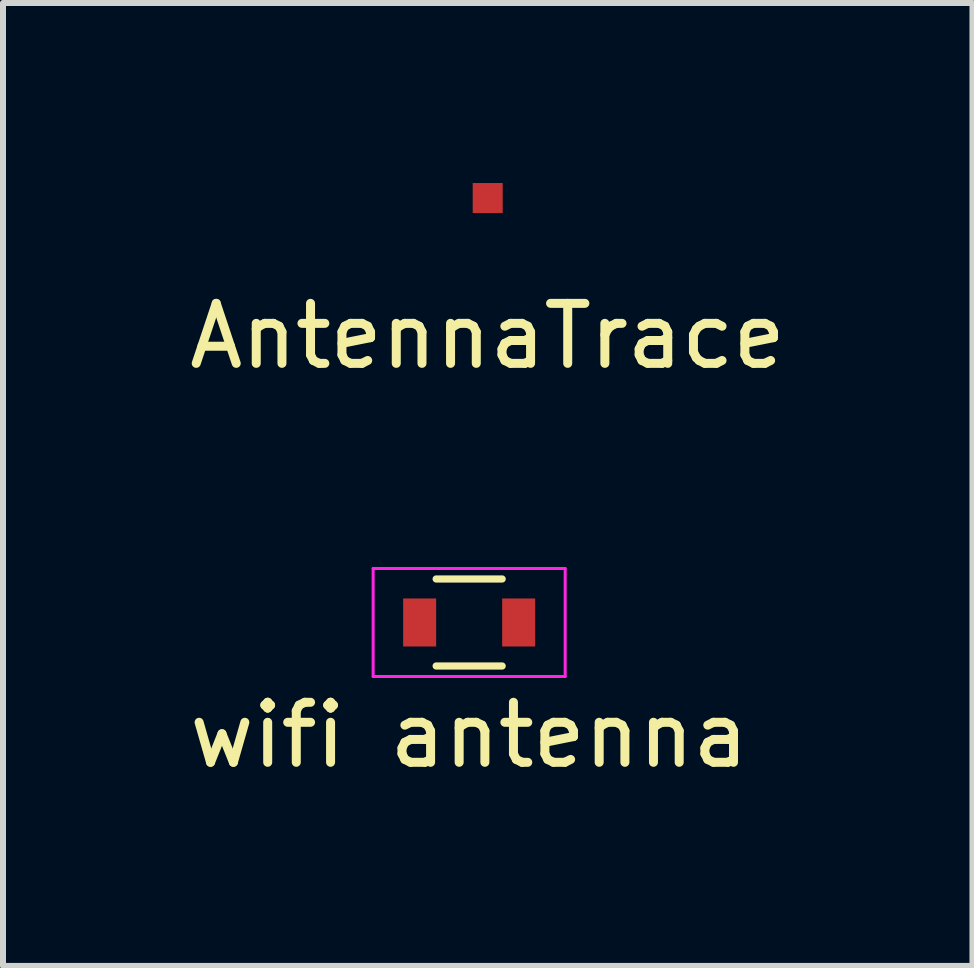
<source format=kicad_pcb>
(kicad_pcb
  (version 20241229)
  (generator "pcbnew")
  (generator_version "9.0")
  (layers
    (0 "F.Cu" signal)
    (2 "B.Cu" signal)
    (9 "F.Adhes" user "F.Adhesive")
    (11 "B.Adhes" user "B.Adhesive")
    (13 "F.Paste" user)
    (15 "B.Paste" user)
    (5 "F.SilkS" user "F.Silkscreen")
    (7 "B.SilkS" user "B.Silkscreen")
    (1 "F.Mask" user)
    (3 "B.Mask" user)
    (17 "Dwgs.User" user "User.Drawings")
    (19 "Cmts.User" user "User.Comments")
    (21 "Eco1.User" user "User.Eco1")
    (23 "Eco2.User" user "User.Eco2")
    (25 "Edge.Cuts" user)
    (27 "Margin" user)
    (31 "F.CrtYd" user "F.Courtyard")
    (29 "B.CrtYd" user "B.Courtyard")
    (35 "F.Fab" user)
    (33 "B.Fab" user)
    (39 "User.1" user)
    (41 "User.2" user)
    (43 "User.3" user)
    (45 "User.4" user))
  (footprint "wifi antenna"
    (layer "F.Cu")
    (at 4.768 7.323)
    (property "Reference" "wifi antenna" (at 0 1.875 0) (layer "F.SilkS") (effects (font (size 1 1) (thickness 0.15))))
    (attr through_hole)
    (fp_line (start -0.55 -0.725) (end 0.55 -0.725) (stroke (width 0.12) (type solid)) (layer "F.SilkS"))
    (fp_line (start 0.55 0.725) (end -0.55 0.725) (stroke (width 0.12) (type solid)) (layer "F.SilkS"))
    (fp_line (start -1.6 -0.9) (end -1.6 0.9) (stroke (width 0.05) (type solid)) (layer "F.CrtYd"))
    (fp_line (start -1.6 0.9) (end 1.6 0.9) (stroke (width 0.05) (type solid)) (layer "F.CrtYd"))
    (fp_line (start 1.6 -0.9) (end -1.6 -0.9) (stroke (width 0.05) (type solid)) (layer "F.CrtYd"))
    (fp_line (start 1.6 0.9) (end 1.6 -0.9) (stroke (width 0.05) (type solid)) (layer "F.CrtYd"))
    (pad "1" smd rect (at -0.825 0) (size 0.55 0.8) (layers "F.Cu" "F.Mask" "F.Paste"))
    (pad "2" smd rect (at 0.825 0) (size 0.55 0.8) (layers "F.Cu" "F.Mask" "F.Paste")))
  (footprint "AntennaTrace"
    (layer "F.Cu")
    (at 5.077 0.25)
    (property "Reference" "AntennaTrace" (at 0 2.3 0) (layer "F.SilkS") (effects (font (size 1 1) (thickness 0.15))))
    (attr through_hole)
    (pad "1" smd rect (at 0 0) (size 0.5 0.5) (layers "F.Cu")))
  (gr_rect
    (start -3 -3)
    (end 13.155 13.046)
    (stroke (width 0.1) (type default))
    (fill no)
    (layer "Edge.Cuts")))
</source>
